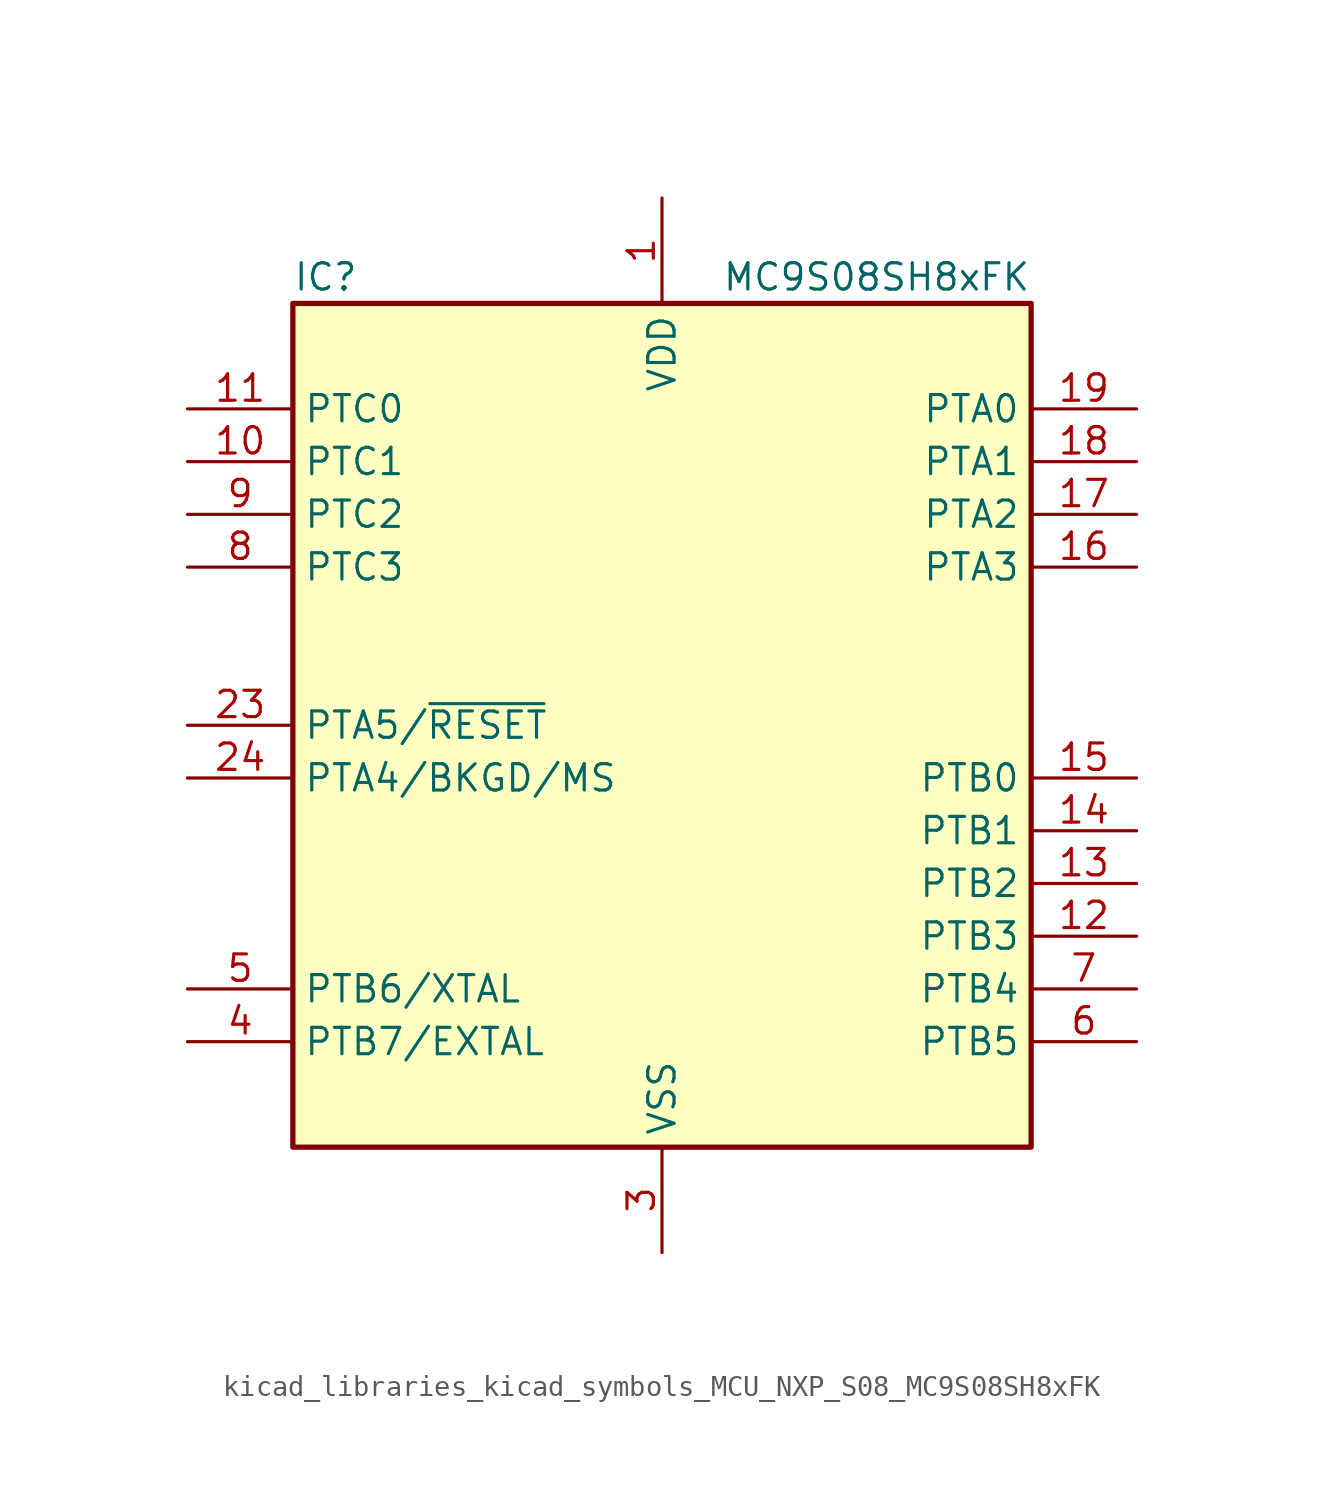
<source format=kicad_sym>
(kicad_symbol_lib
  (version 20220914)
  (generator kicad_symbol_editor)
  (symbol "kicad_libraries_kicad_symbols_MCU_NXP_S08_MC9S08SH8xFK"
    (property "Reference" "IC"
      (at -17.78 21.59 0)
      (effects (font (size 1.27 1.27)) (justify left)))
    (property "Value" "MC9S08SH8xFK"
      (at 17.78 21.59 0)
      (effects (font (size 1.27 1.27)) (justify right)))
    (symbol "kicad_libraries_kicad_symbols_MCU_NXP_S08_MC9S08SH8xFK_0_1"
      (rectangle (start -17.78 20.32) (end 17.78 -20.32) (stroke (width 0.254) (type default)) (fill (type background))))
    (symbol "kicad_libraries_kicad_symbols_MCU_NXP_S08_MC9S08SH8xFK_1_1"
      (pin power_in line (at 0 25.4 270) (length 5.08) (name "VDD" (effects (font (size 1.27 1.27)))) (number "1" (effects (font (size 1.27 1.27)))))
      (pin bidirectional line (at -22.86 12.7 0) (length 5.08) (name "PTC1" (effects (font (size 1.27 1.27)))) (number "10" (effects (font (size 1.27 1.27)))))
      (pin bidirectional line (at -22.86 15.24 0) (length 5.08) (name "PTC0" (effects (font (size 1.27 1.27)))) (number "11" (effects (font (size 1.27 1.27)))))
      (pin bidirectional line (at 22.86 -10.16 180) (length 5.08) (name "PTB3" (effects (font (size 1.27 1.27)))) (number "12" (effects (font (size 1.27 1.27)))))
      (pin bidirectional line (at 22.86 -7.62 180) (length 5.08) (name "PTB2" (effects (font (size 1.27 1.27)))) (number "13" (effects (font (size 1.27 1.27)))))
      (pin bidirectional line (at 22.86 -5.08 180) (length 5.08) (name "PTB1" (effects (font (size 1.27 1.27)))) (number "14" (effects (font (size 1.27 1.27)))))
      (pin bidirectional line (at 22.86 -2.54 180) (length 5.08) (name "PTB0" (effects (font (size 1.27 1.27)))) (number "15" (effects (font (size 1.27 1.27)))))
      (pin bidirectional line (at 22.86 7.62 180) (length 5.08) (name "PTA3" (effects (font (size 1.27 1.27)))) (number "16" (effects (font (size 1.27 1.27)))))
      (pin bidirectional line (at 22.86 10.16 180) (length 5.08) (name "PTA2" (effects (font (size 1.27 1.27)))) (number "17" (effects (font (size 1.27 1.27)))))
      (pin bidirectional line (at 22.86 12.7 180) (length 5.08) (name "PTA1" (effects (font (size 1.27 1.27)))) (number "18" (effects (font (size 1.27 1.27)))))
      (pin bidirectional line (at 22.86 15.24 180) (length 5.08) (name "PTA0" (effects (font (size 1.27 1.27)))) (number "19" (effects (font (size 1.27 1.27)))))
      (pin bidirectional line (at -22.86 0 0) (length 5.08) (name "PTA5/~{RESET}" (effects (font (size 1.27 1.27)))) (number "23" (effects (font (size 1.27 1.27)))))
      (pin bidirectional line (at -22.86 -2.54 0) (length 5.08) (name "PTA4/BKGD/MS" (effects (font (size 1.27 1.27)))) (number "24" (effects (font (size 1.27 1.27)))))
      (pin power_in line (at 0 -25.4 90) (length 5.08) (name "VSS" (effects (font (size 1.27 1.27)))) (number "3" (effects (font (size 1.27 1.27)))))
      (pin bidirectional line (at -22.86 -15.24 0) (length 5.08) (name "PTB7/EXTAL" (effects (font (size 1.27 1.27)))) (number "4" (effects (font (size 1.27 1.27)))))
      (pin bidirectional line (at -22.86 -12.7 0) (length 5.08) (name "PTB6/XTAL" (effects (font (size 1.27 1.27)))) (number "5" (effects (font (size 1.27 1.27)))))
      (pin bidirectional line (at 22.86 -15.24 180) (length 5.08) (name "PTB5" (effects (font (size 1.27 1.27)))) (number "6" (effects (font (size 1.27 1.27)))))
      (pin bidirectional line (at 22.86 -12.7 180) (length 5.08) (name "PTB4" (effects (font (size 1.27 1.27)))) (number "7" (effects (font (size 1.27 1.27)))))
      (pin bidirectional line (at -22.86 7.62 0) (length 5.08) (name "PTC3" (effects (font (size 1.27 1.27)))) (number "8" (effects (font (size 1.27 1.27)))))
      (pin bidirectional line (at -22.86 10.16 0) (length 5.08) (name "PTC2" (effects (font (size 1.27 1.27)))) (number "9" (effects (font (size 1.27 1.27))))))))
</source>
